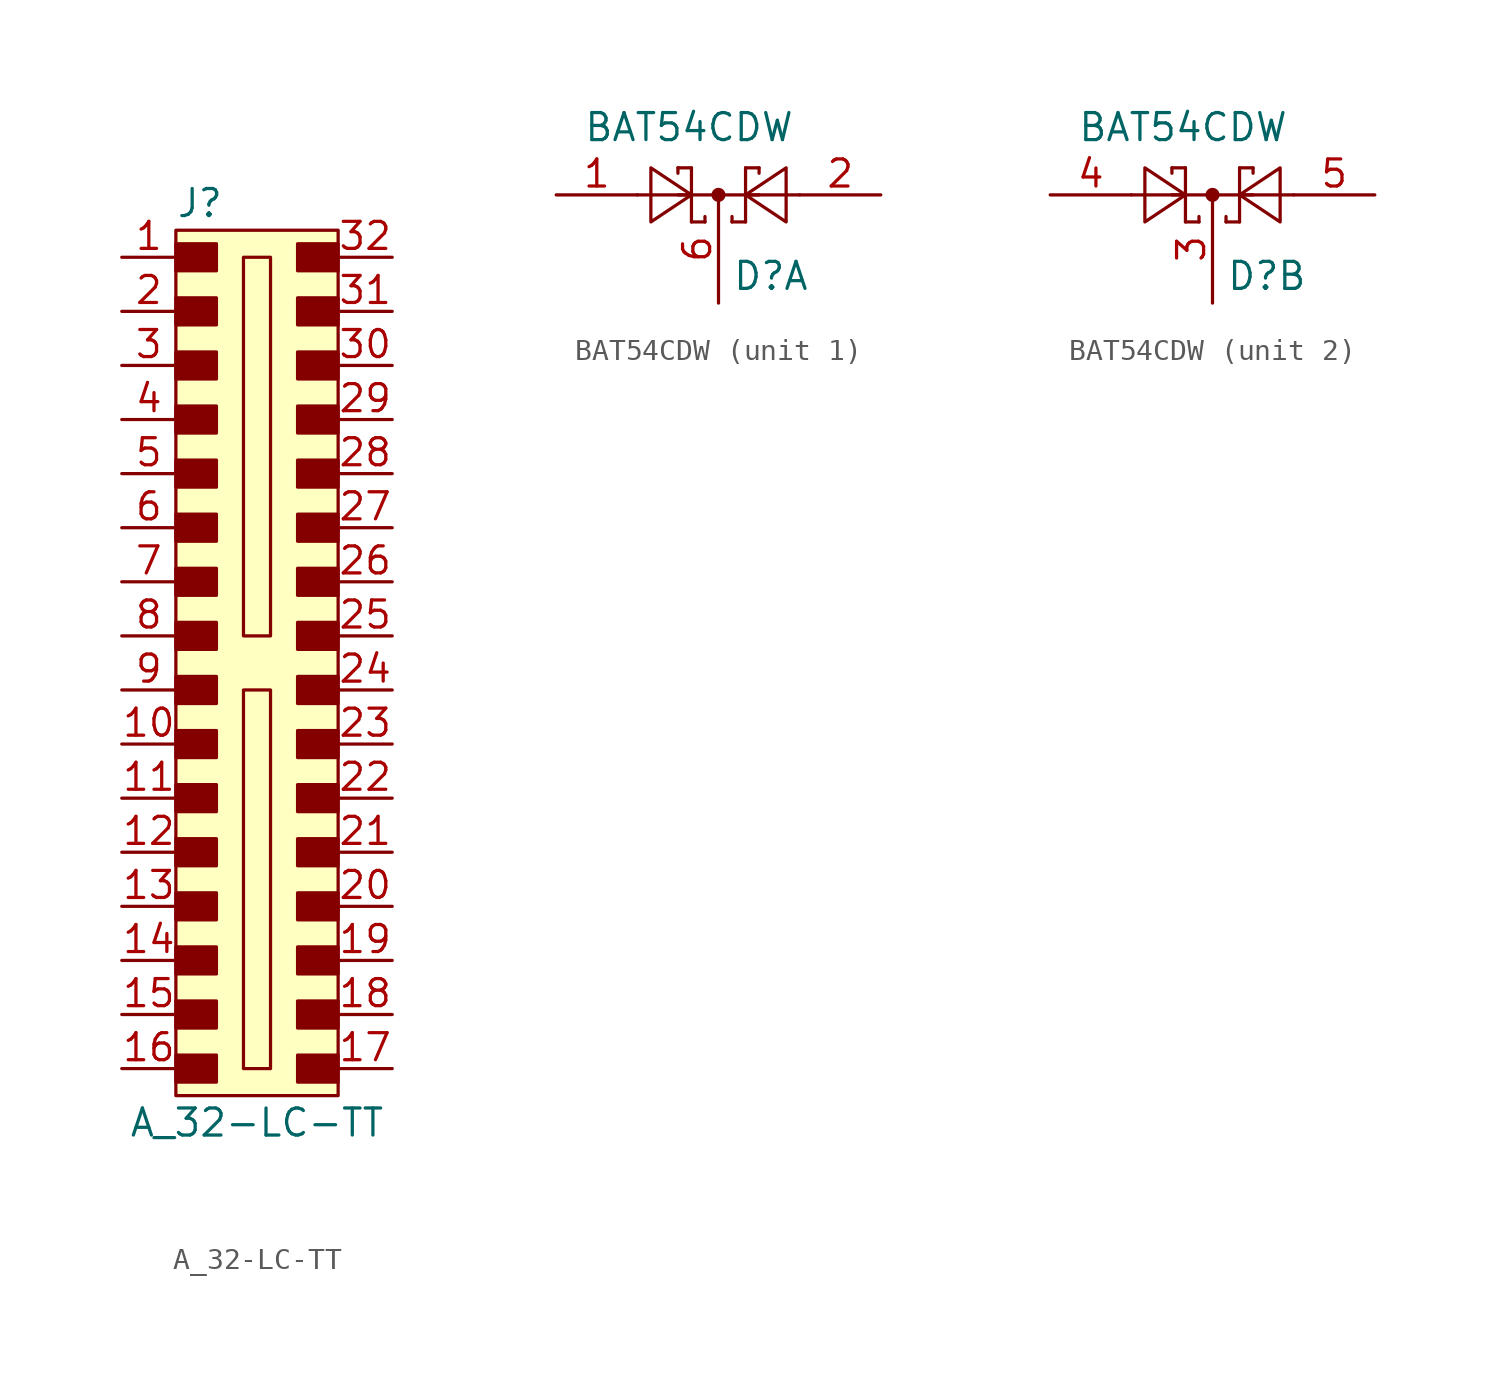
<source format=kicad_sym>
(kicad_symbol_lib
  (version 20220914)
  (generator kicad_symbol_editor)
  (symbol "A_32-LC-TT"
    (pin_names
      (offset 1.016))
    (property "Reference" "J"
      (at -3.81 20.32 0)
      (effects (font (size 1.27 1.27)) (justify left)))
    (property "Value" "A_32-LC-TT"
      (at 0 -22.86 0)
      (effects (font (size 1.27 1.27))))
    (symbol "A_32-LC-TT_1_1"
      (rectangle (start -3.81 -19.685) (end -1.905 -20.955) (stroke (width 0) (type default)) (fill (type outline)))
      (rectangle (start -3.81 -17.145) (end -1.905 -18.415) (stroke (width 0) (type default)) (fill (type outline)))
      (rectangle (start -3.81 -14.605) (end -1.905 -15.875) (stroke (width 0) (type default)) (fill (type outline)))
      (rectangle (start -3.81 -12.065) (end -1.905 -13.335) (stroke (width 0) (type default)) (fill (type outline)))
      (rectangle (start -3.81 -9.525) (end -1.905 -10.795) (stroke (width 0) (type default)) (fill (type outline)))
      (rectangle (start -3.81 -6.985) (end -1.905 -8.255) (stroke (width 0) (type default)) (fill (type outline)))
      (rectangle (start -3.81 -4.445) (end -1.905 -5.715) (stroke (width 0) (type default)) (fill (type outline)))
      (rectangle (start -3.81 -1.905) (end -1.905 -3.175) (stroke (width 0) (type default)) (fill (type outline)))
      (rectangle (start -3.81 0.635) (end -1.905 -0.635) (stroke (width 0) (type default)) (fill (type outline)))
      (rectangle (start -3.81 3.175) (end -1.905 1.905) (stroke (width 0) (type default)) (fill (type outline)))
      (rectangle (start -3.81 5.715) (end -1.905 4.445) (stroke (width 0) (type default)) (fill (type outline)))
      (rectangle (start -3.81 8.255) (end -1.905 6.985) (stroke (width 0) (type default)) (fill (type outline)))
      (rectangle (start -3.81 10.795) (end -1.905 9.525) (stroke (width 0) (type default)) (fill (type outline)))
      (rectangle (start -3.81 13.335) (end -1.905 12.065) (stroke (width 0) (type default)) (fill (type outline)))
      (rectangle (start -3.81 15.875) (end -1.905 14.605) (stroke (width 0) (type default)) (fill (type outline)))
      (rectangle (start -3.81 18.415) (end -1.905 17.145) (stroke (width 0) (type default)) (fill (type outline)))
      (rectangle (start -3.81 19.05) (end 3.81 -21.59) (stroke (width 0) (type default)) (fill (type background)))
      (rectangle (start -0.635 -2.54) (end 0.635 -20.32) (stroke (width 0) (type default)) (fill (type none)))
      (rectangle (start -0.635 17.78) (end 0.635 0) (stroke (width 0) (type default)) (fill (type none)))
      (rectangle (start 1.905 -19.685) (end 3.81 -20.955) (stroke (width 0) (type default)) (fill (type outline)))
      (rectangle (start 1.905 -17.145) (end 3.81 -18.415) (stroke (width 0) (type default)) (fill (type outline)))
      (rectangle (start 1.905 -14.605) (end 3.81 -15.875) (stroke (width 0) (type default)) (fill (type outline)))
      (rectangle (start 1.905 -12.065) (end 3.81 -13.335) (stroke (width 0) (type default)) (fill (type outline)))
      (rectangle (start 1.905 -9.525) (end 3.81 -10.795) (stroke (width 0) (type default)) (fill (type outline)))
      (rectangle (start 1.905 -6.985) (end 3.81 -8.255) (stroke (width 0) (type default)) (fill (type outline)))
      (rectangle (start 1.905 -4.445) (end 3.81 -5.715) (stroke (width 0) (type default)) (fill (type outline)))
      (rectangle (start 1.905 -1.905) (end 3.81 -3.175) (stroke (width 0) (type default)) (fill (type outline)))
      (rectangle (start 1.905 0.635) (end 3.81 -0.635) (stroke (width 0) (type default)) (fill (type outline)))
      (rectangle (start 1.905 3.175) (end 3.81 1.905) (stroke (width 0) (type default)) (fill (type outline)))
      (rectangle (start 1.905 5.715) (end 3.81 4.445) (stroke (width 0) (type default)) (fill (type outline)))
      (rectangle (start 1.905 8.255) (end 3.81 6.985) (stroke (width 0) (type default)) (fill (type outline)))
      (rectangle (start 1.905 10.795) (end 3.81 9.525) (stroke (width 0) (type default)) (fill (type outline)))
      (rectangle (start 1.905 13.335) (end 3.81 12.065) (stroke (width 0) (type default)) (fill (type outline)))
      (rectangle (start 1.905 15.875) (end 3.81 14.605) (stroke (width 0) (type default)) (fill (type outline)))
      (rectangle (start 1.905 18.415) (end 3.81 17.145) (stroke (width 0) (type default)) (fill (type outline)))
      (pin passive line (at -6.35 17.78 0) (length 2.54) (name "~" (effects (font (size 1.27 1.27)))) (number "1" (effects (font (size 1.27 1.27)))))
      (pin passive line (at -6.35 -5.08 0) (length 2.54) (name "~" (effects (font (size 1.27 1.27)))) (number "10" (effects (font (size 1.27 1.27)))))
      (pin passive line (at -6.35 -7.62 0) (length 2.54) (name "~" (effects (font (size 1.27 1.27)))) (number "11" (effects (font (size 1.27 1.27)))))
      (pin passive line (at -6.35 -10.16 0) (length 2.54) (name "~" (effects (font (size 1.27 1.27)))) (number "12" (effects (font (size 1.27 1.27)))))
      (pin passive line (at -6.35 -12.7 0) (length 2.54) (name "~" (effects (font (size 1.27 1.27)))) (number "13" (effects (font (size 1.27 1.27)))))
      (pin passive line (at -6.35 -15.24 0) (length 2.54) (name "~" (effects (font (size 1.27 1.27)))) (number "14" (effects (font (size 1.27 1.27)))))
      (pin passive line (at -6.35 -17.78 0) (length 2.54) (name "~" (effects (font (size 1.27 1.27)))) (number "15" (effects (font (size 1.27 1.27)))))
      (pin passive line (at -6.35 -20.32 0) (length 2.54) (name "~" (effects (font (size 1.27 1.27)))) (number "16" (effects (font (size 1.27 1.27)))))
      (pin passive line (at 6.35 -20.32 180) (length 2.54) (name "~" (effects (font (size 1.27 1.27)))) (number "17" (effects (font (size 1.27 1.27)))))
      (pin passive line (at 6.35 -17.78 180) (length 2.54) (name "~" (effects (font (size 1.27 1.27)))) (number "18" (effects (font (size 1.27 1.27)))))
      (pin passive line (at 6.35 -15.24 180) (length 2.54) (name "~" (effects (font (size 1.27 1.27)))) (number "19" (effects (font (size 1.27 1.27)))))
      (pin passive line (at -6.35 15.24 0) (length 2.54) (name "~" (effects (font (size 1.27 1.27)))) (number "2" (effects (font (size 1.27 1.27)))))
      (pin passive line (at 6.35 -12.7 180) (length 2.54) (name "~" (effects (font (size 1.27 1.27)))) (number "20" (effects (font (size 1.27 1.27)))))
      (pin passive line (at 6.35 -10.16 180) (length 2.54) (name "~" (effects (font (size 1.27 1.27)))) (number "21" (effects (font (size 1.27 1.27)))))
      (pin passive line (at 6.35 -7.62 180) (length 2.54) (name "~" (effects (font (size 1.27 1.27)))) (number "22" (effects (font (size 1.27 1.27)))))
      (pin passive line (at 6.35 -5.08 180) (length 2.54) (name "~" (effects (font (size 1.27 1.27)))) (number "23" (effects (font (size 1.27 1.27)))))
      (pin passive line (at 6.35 -2.54 180) (length 2.54) (name "~" (effects (font (size 1.27 1.27)))) (number "24" (effects (font (size 1.27 1.27)))))
      (pin passive line (at 6.35 0 180) (length 2.54) (name "~" (effects (font (size 1.27 1.27)))) (number "25" (effects (font (size 1.27 1.27)))))
      (pin passive line (at 6.35 2.54 180) (length 2.54) (name "~" (effects (font (size 1.27 1.27)))) (number "26" (effects (font (size 1.27 1.27)))))
      (pin passive line (at 6.35 5.08 180) (length 2.54) (name "~" (effects (font (size 1.27 1.27)))) (number "27" (effects (font (size 1.27 1.27)))))
      (pin passive line (at 6.35 7.62 180) (length 2.54) (name "~" (effects (font (size 1.27 1.27)))) (number "28" (effects (font (size 1.27 1.27)))))
      (pin passive line (at 6.35 10.16 180) (length 2.54) (name "~" (effects (font (size 1.27 1.27)))) (number "29" (effects (font (size 1.27 1.27)))))
      (pin passive line (at -6.35 12.7 0) (length 2.54) (name "~" (effects (font (size 1.27 1.27)))) (number "3" (effects (font (size 1.27 1.27)))))
      (pin passive line (at 6.35 12.7 180) (length 2.54) (name "~" (effects (font (size 1.27 1.27)))) (number "30" (effects (font (size 1.27 1.27)))))
      (pin passive line (at 6.35 15.24 180) (length 2.54) (name "~" (effects (font (size 1.27 1.27)))) (number "31" (effects (font (size 1.27 1.27)))))
      (pin passive line (at 6.35 17.78 180) (length 2.54) (name "~" (effects (font (size 1.27 1.27)))) (number "32" (effects (font (size 1.27 1.27)))))
      (pin passive line (at -6.35 10.16 0) (length 2.54) (name "~" (effects (font (size 1.27 1.27)))) (number "4" (effects (font (size 1.27 1.27)))))
      (pin passive line (at -6.35 7.62 0) (length 2.54) (name "~" (effects (font (size 1.27 1.27)))) (number "5" (effects (font (size 1.27 1.27)))))
      (pin passive line (at -6.35 5.08 0) (length 2.54) (name "~" (effects (font (size 1.27 1.27)))) (number "6" (effects (font (size 1.27 1.27)))))
      (pin passive line (at -6.35 2.54 0) (length 2.54) (name "~" (effects (font (size 1.27 1.27)))) (number "7" (effects (font (size 1.27 1.27)))))
      (pin passive line (at -6.35 0 0) (length 2.54) (name "~" (effects (font (size 1.27 1.27)))) (number "8" (effects (font (size 1.27 1.27)))))
      (pin passive line (at -6.35 -2.54 0) (length 2.54) (name "~" (effects (font (size 1.27 1.27)))) (number "9" (effects (font (size 1.27 1.27)))))))
  (symbol "BAT54CDW"
    (pin_names
      (offset 1.016) hide)
    (property "Reference" "D"
      (at 0.635 -3.81 0)
      (effects (font (size 1.27 1.27)) (justify left)))
    (property "Value" "BAT54CDW"
      (at -6.35 3.175 0)
      (effects (font (size 1.27 1.27)) (justify left)))
    (symbol "BAT54CDW_0_1"
      (polyline (pts (xy -1.905 0) (xy 1.905 0)) (stroke (width 0) (type default)) (fill (type none)))
      (polyline (pts (xy -1.905 1.27) (xy -1.905 1.016)) (stroke (width 0) (type default)) (fill (type none)))
      (polyline (pts (xy -1.27 -1.27) (xy -0.635 -1.27)) (stroke (width 0) (type default)) (fill (type none)))
      (polyline (pts (xy -1.27 0) (xy -3.81 0)) (stroke (width 0) (type default)) (fill (type none)))
      (polyline (pts (xy -1.27 1.27) (xy -1.905 1.27)) (stroke (width 0) (type default)) (fill (type none)))
      (polyline (pts (xy -1.27 1.27) (xy -1.27 -1.27)) (stroke (width 0) (type default)) (fill (type none)))
      (polyline (pts (xy -0.635 -1.27) (xy -0.635 -1.016)) (stroke (width 0) (type default)) (fill (type none)))
      (polyline (pts (xy 0.635 -1.27) (xy 0.635 -1.016)) (stroke (width 0) (type default)) (fill (type none)))
      (polyline (pts (xy 1.27 -1.27) (xy 0.635 -1.27)) (stroke (width 0) (type default)) (fill (type none)))
      (polyline (pts (xy 1.27 1.27) (xy 1.27 -1.27)) (stroke (width 0) (type default)) (fill (type none)))
      (polyline (pts (xy 1.27 1.27) (xy 1.905 1.27)) (stroke (width 0) (type default)) (fill (type none)))
      (polyline (pts (xy 1.905 1.27) (xy 1.905 1.016)) (stroke (width 0) (type default)) (fill (type none)))
      (polyline (pts (xy 3.81 0) (xy 1.27 0)) (stroke (width 0) (type default)) (fill (type none)))
      (polyline (pts (xy -3.175 -1.27) (xy -3.175 1.27) (xy -1.27 0) (xy -3.175 -1.27)) (stroke (width 0) (type default)) (fill (type none)))
      (polyline (pts (xy 3.175 -1.27) (xy 3.175 1.27) (xy 1.27 0) (xy 3.175 -1.27)) (stroke (width 0) (type default)) (fill (type none)))
      (circle (center 0 0) (radius 0.254) (stroke (width 0) (type default)) (fill (type outline))))
    (symbol "BAT54CDW_1_1"
      (pin passive line (at -7.62 0 0) (length 3.81) (name "~" (effects (font (size 1.27 1.27)))) (number "1" (effects (font (size 1.27 1.27)))))
      (pin passive line (at 7.62 0 180) (length 3.81) (name "~" (effects (font (size 1.27 1.27)))) (number "2" (effects (font (size 1.27 1.27)))))
      (pin passive line (at 0 -5.08 90) (length 5.08) (name "~" (effects (font (size 1.27 1.27)))) (number "6" (effects (font (size 1.27 1.27))))))
    (symbol "BAT54CDW_2_1"
      (pin passive line (at 0 -5.08 90) (length 5.08) (name "~" (effects (font (size 1.27 1.27)))) (number "3" (effects (font (size 1.27 1.27)))))
      (pin passive line (at -7.62 0 0) (length 3.81) (name "~" (effects (font (size 1.27 1.27)))) (number "4" (effects (font (size 1.27 1.27)))))
      (pin passive line (at 7.62 0 180) (length 3.81) (name "~" (effects (font (size 1.27 1.27)))) (number "5" (effects (font (size 1.27 1.27))))))))
</source>
